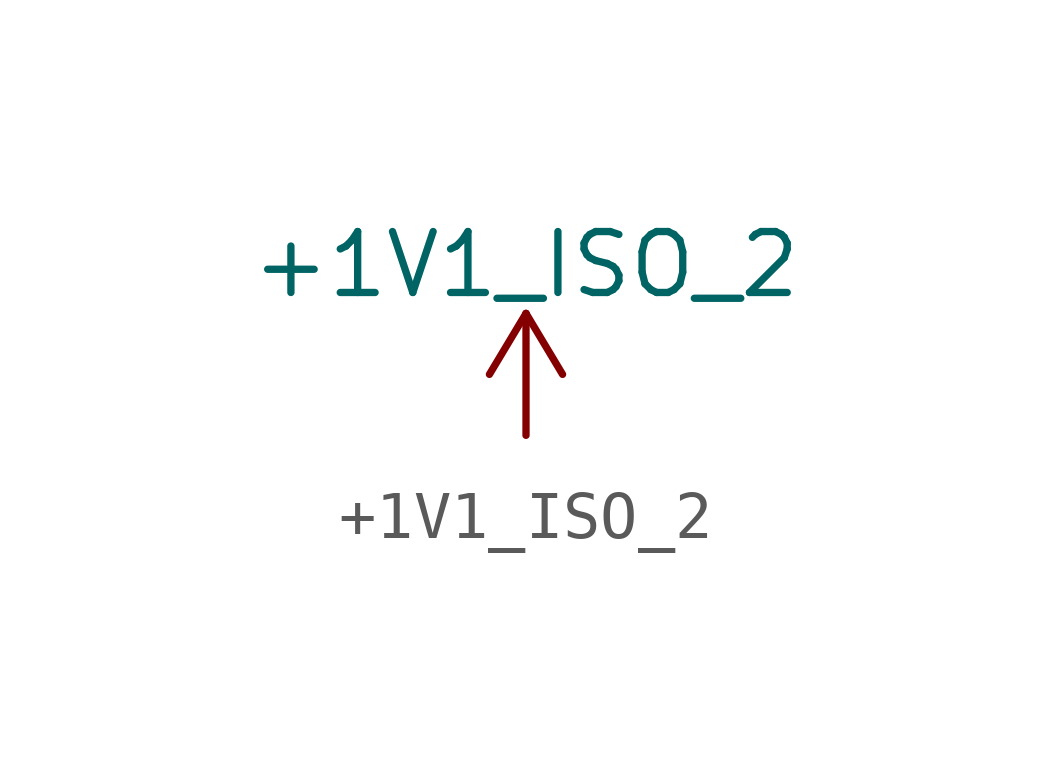
<source format=kicad_sym>
(kicad_symbol_lib
  (version 20220914)
  (generator kicad_symbol_editor)
  (symbol "+1V1_ISO_2"
    (power)
    (pin_names
      (offset 0))
    (property "Reference" "#PWR"
      (at 0 -3.81 0)
      (effects (font (size 1.27 1.27)) hide))
    (property "Value" "+1V1_ISO_2"
      (at 0 3.556 0)
      (effects (font (size 1.27 1.27))))
    (symbol "+1V1_ISO_2_0_1"
      (polyline (pts (xy -0.762 1.27) (xy 0 2.54)) (stroke (width 0) (type default)) (fill (type none)))
      (polyline (pts (xy 0 0) (xy 0 2.54)) (stroke (width 0) (type default)) (fill (type none)))
      (polyline (pts (xy 0 2.54) (xy 0.762 1.27)) (stroke (width 0) (type default)) (fill (type none))))
    (symbol "+1V1_ISO_2_1_1"
      (pin power_in line (at 0 0 0) (length 0) hide (name "+3V3" (effects (font (size 1.27 1.27)))) (number "1" (effects (font (size 1.27 1.27))))))))
</source>
